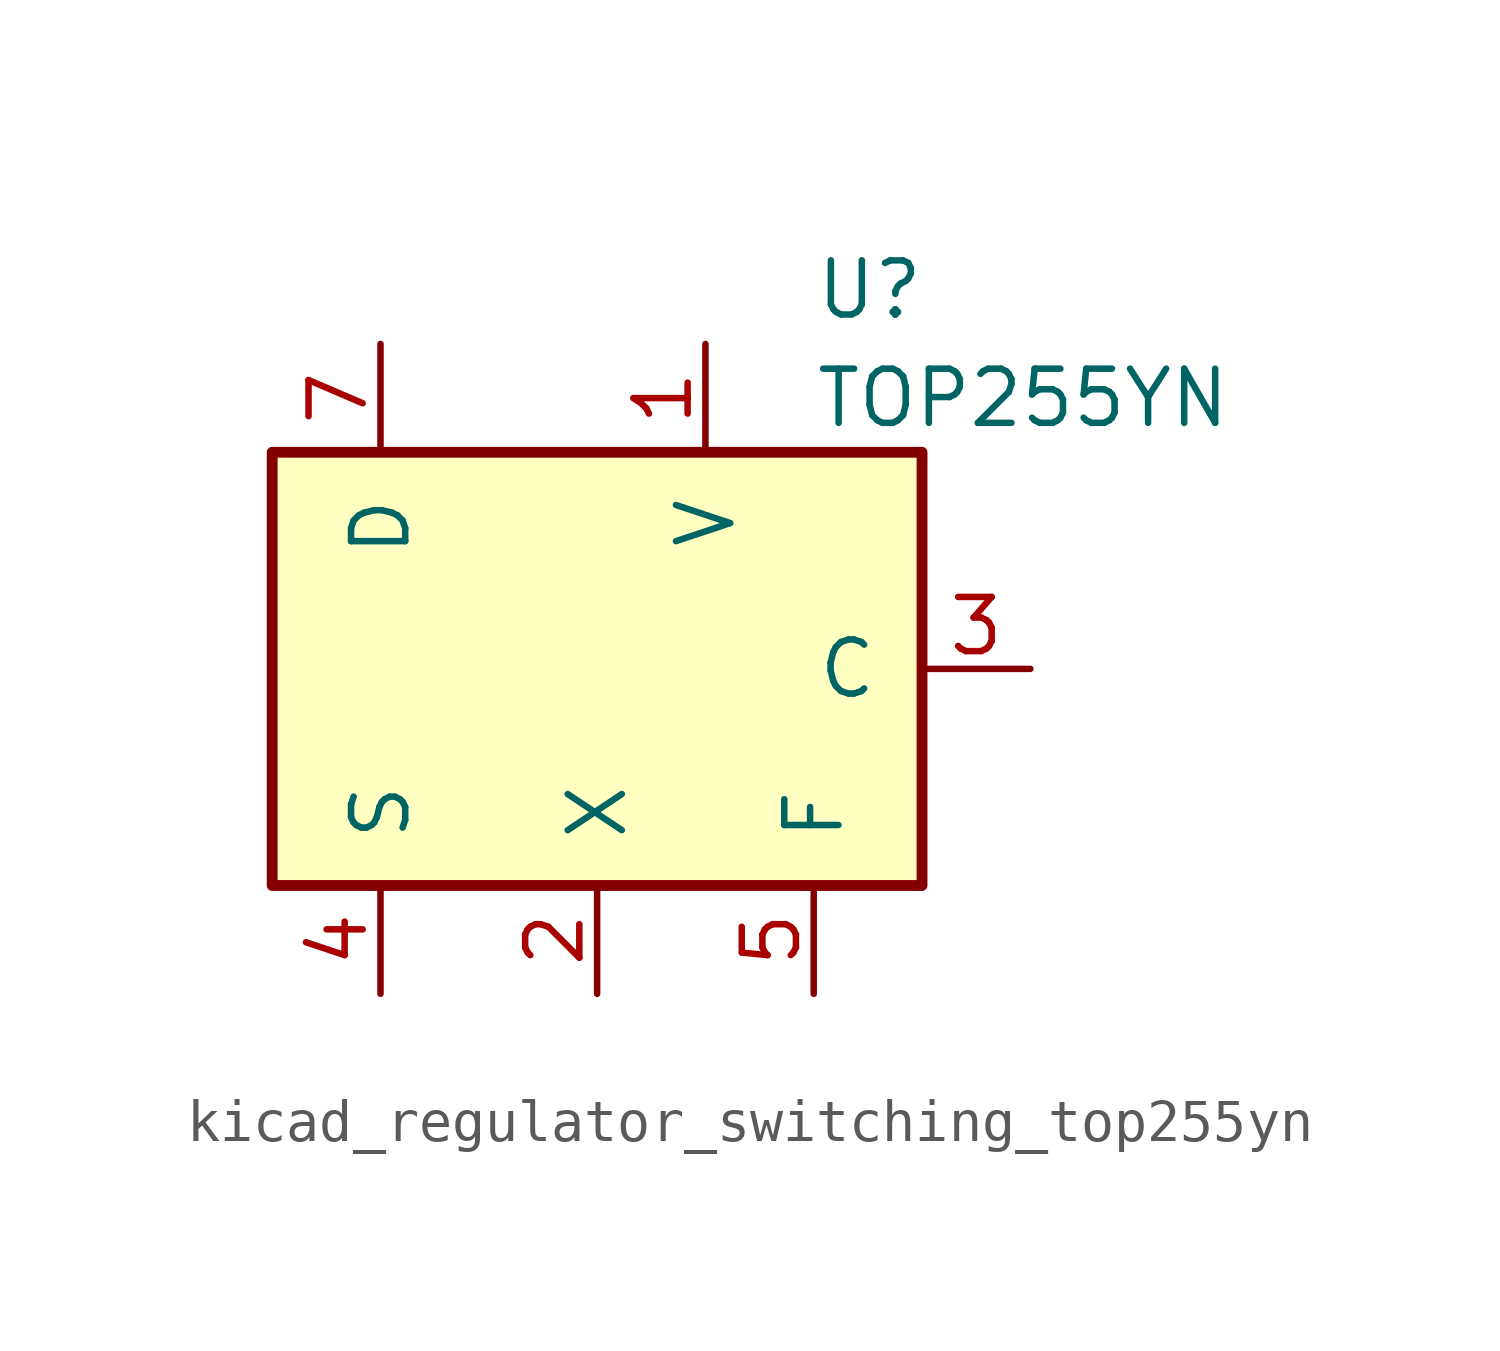
<source format=kicad_sym>
(kicad_symbol_lib
  (version 20220914)
  (generator kicad_symbol_editor)
  (symbol "kicad_regulator_switching_top255yn"
    (pin_names
      (offset 1.016))
    (property "Reference" "U"
      (at 5.08 8.89 0)
      (effects (font (size 1.27 1.27)) (justify left)))
    (property "Value" "TOP255YN"
      (at 5.08 6.35 0)
      (effects (font (size 1.27 1.27)) (justify left)))
    (symbol "kicad_regulator_switching_top255yn_0_1"
      (rectangle (start -7.62 5.08) (end 7.62 -5.08) (stroke (width 0.254) (type default)) (fill (type background))))
    (symbol "kicad_regulator_switching_top255yn_1_1"
      (pin input line (at 2.54 7.62 270) (length 2.54) (name "V" (effects (font (size 1.27 1.27)))) (number "1" (effects (font (size 1.27 1.27)))))
      (pin input line (at 0 -7.62 90) (length 2.54) (name "X" (effects (font (size 1.27 1.27)))) (number "2" (effects (font (size 1.27 1.27)))))
      (pin input line (at 10.16 0 180) (length 2.54) (name "C" (effects (font (size 1.27 1.27)))) (number "3" (effects (font (size 1.27 1.27)))))
      (pin power_in line (at -5.08 -7.62 90) (length 2.54) (name "S" (effects (font (size 1.27 1.27)))) (number "4" (effects (font (size 1.27 1.27)))))
      (pin passive line (at 5.08 -7.62 90) (length 2.54) (name "F" (effects (font (size 1.27 1.27)))) (number "5" (effects (font (size 1.27 1.27)))))
      (pin open_collector line (at -5.08 7.62 270) (length 2.54) (name "D" (effects (font (size 1.27 1.27)))) (number "7" (effects (font (size 1.27 1.27))))))))
</source>
